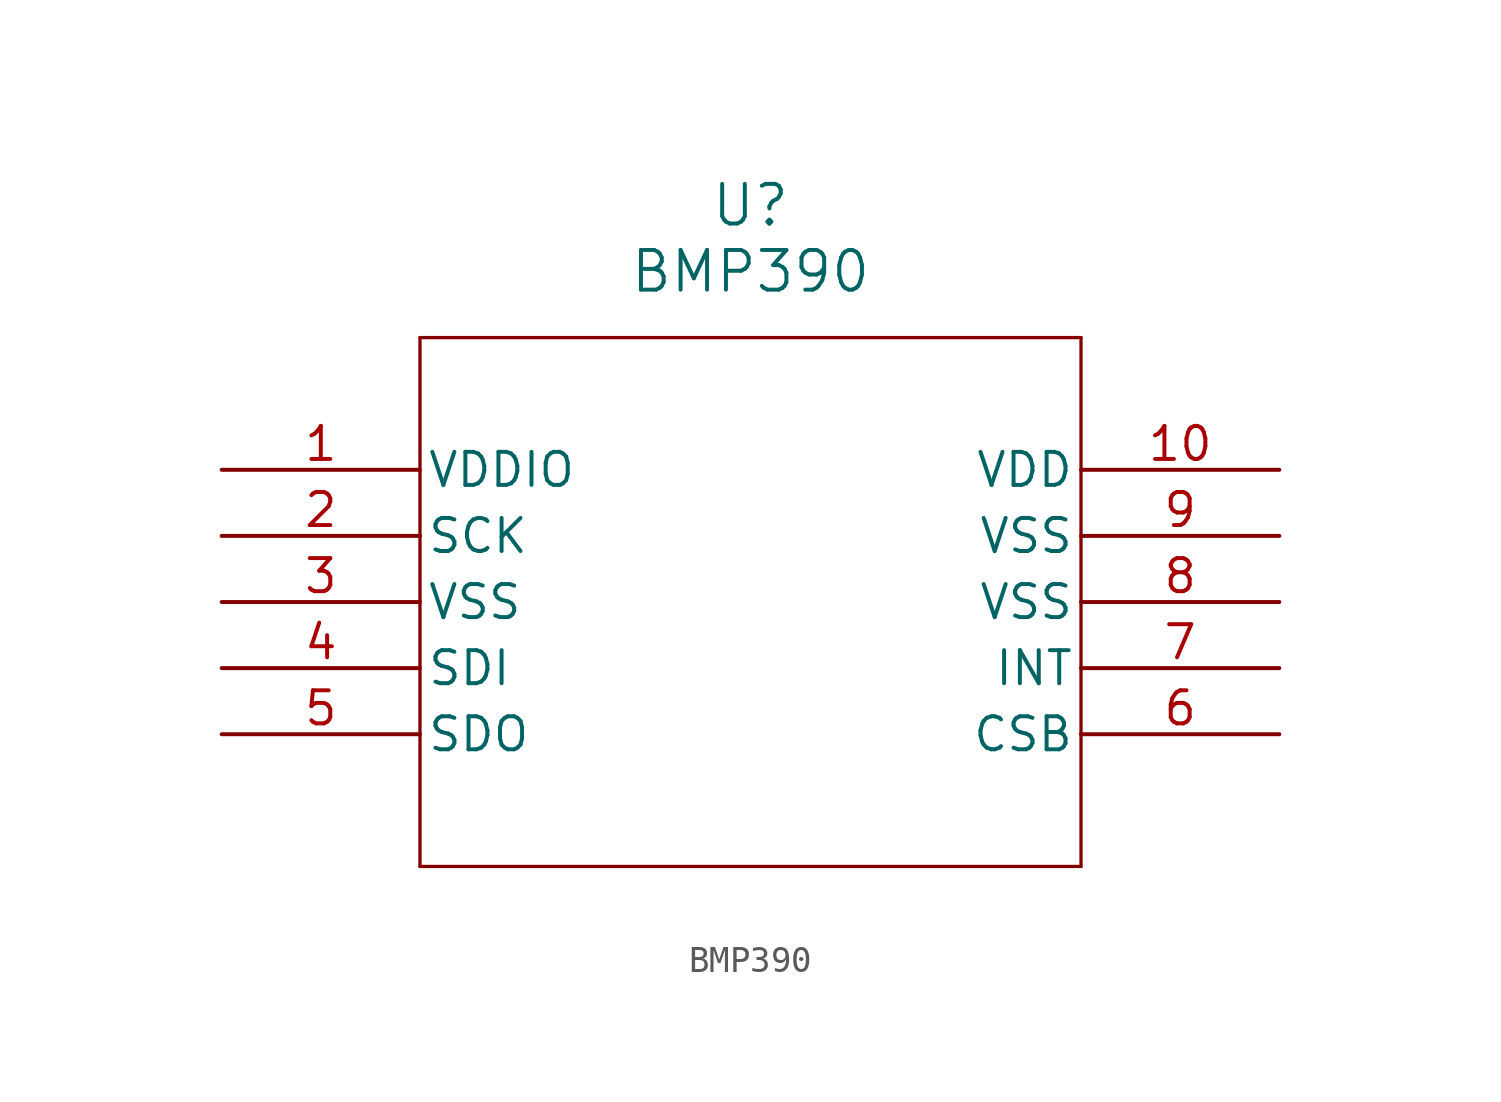
<source format=kicad_sym>
(kicad_symbol_lib
  (version 20241209)
  (generator "kicad_symbol_editor")
  (generator_version "9.0")
  (symbol "BMP390"
    (pin_names
      (offset 0.254))
    (property "Reference" "U"
      (at 20.32 10.16 0)
      (effects (font (size 1.524 1.524))))
    (property "Value" "BMP390"
      (at 20.32 7.62 0)
      (effects (font (size 1.524 1.524))))
    (property "ki_locked" ""
      (at 0 0 0)
      (effects (font (size 1.27 1.27))))
    (symbol "BMP390_0_1"
      (polyline (pts (xy 7.62 5.08) (xy 7.62 -15.24)) (stroke (width 0.127) (type default)) (fill (type none)))
      (polyline (pts (xy 7.62 -15.24) (xy 33.02 -15.24)) (stroke (width 0.127) (type default)) (fill (type none)))
      (polyline (pts (xy 33.02 5.08) (xy 7.62 5.08)) (stroke (width 0.127) (type default)) (fill (type none)))
      (polyline (pts (xy 33.02 -15.24) (xy 33.02 5.08)) (stroke (width 0.127) (type default)) (fill (type none)))
      (pin power_in line (at 0 0 0) (length 7.62) (name "VDDIO" (effects (font (size 1.27 1.27)))) (number "1" (effects (font (size 1.27 1.27)))))
      (pin input line (at 0 -2.54 0) (length 7.62) (name "SCK" (effects (font (size 1.27 1.27)))) (number "2" (effects (font (size 1.27 1.27)))))
      (pin bidirectional line (at 0 -7.62 0) (length 7.62) (name "SDI" (effects (font (size 1.27 1.27)))) (number "4" (effects (font (size 1.27 1.27)))))
      (pin bidirectional line (at 0 -10.16 0) (length 7.62) (name "SDO" (effects (font (size 1.27 1.27)))) (number "5" (effects (font (size 1.27 1.27)))))
      (pin power_in line (at 40.64 0 180) (length 7.62) (name "VDD" (effects (font (size 1.27 1.27)))) (number "10" (effects (font (size 1.27 1.27)))))
      (pin input line (at 40.64 -10.16 180) (length 7.62) (name "CSB" (effects (font (size 1.27 1.27)))) (number "6" (effects (font (size 1.27 1.27))))))
    (symbol "BMP390_1_1"
      (pin power_in line (at 0 -5.08 0) (length 7.62) (name "VSS" (effects (font (size 1.27 1.27)))) (number "3" (effects (font (size 1.27 1.27)))))
      (pin power_in line (at 40.64 -2.54 180) (length 7.62) (name "VSS" (effects (font (size 1.27 1.27)))) (number "9" (effects (font (size 1.27 1.27)))))
      (pin power_in line (at 40.64 -5.08 180) (length 7.62) (name "VSS" (effects (font (size 1.27 1.27)))) (number "8" (effects (font (size 1.27 1.27)))))
      (pin output line (at 40.64 -7.62 180) (length 7.62) (name "INT" (effects (font (size 1.27 1.27)))) (number "7" (effects (font (size 1.27 1.27))))))))
</source>
